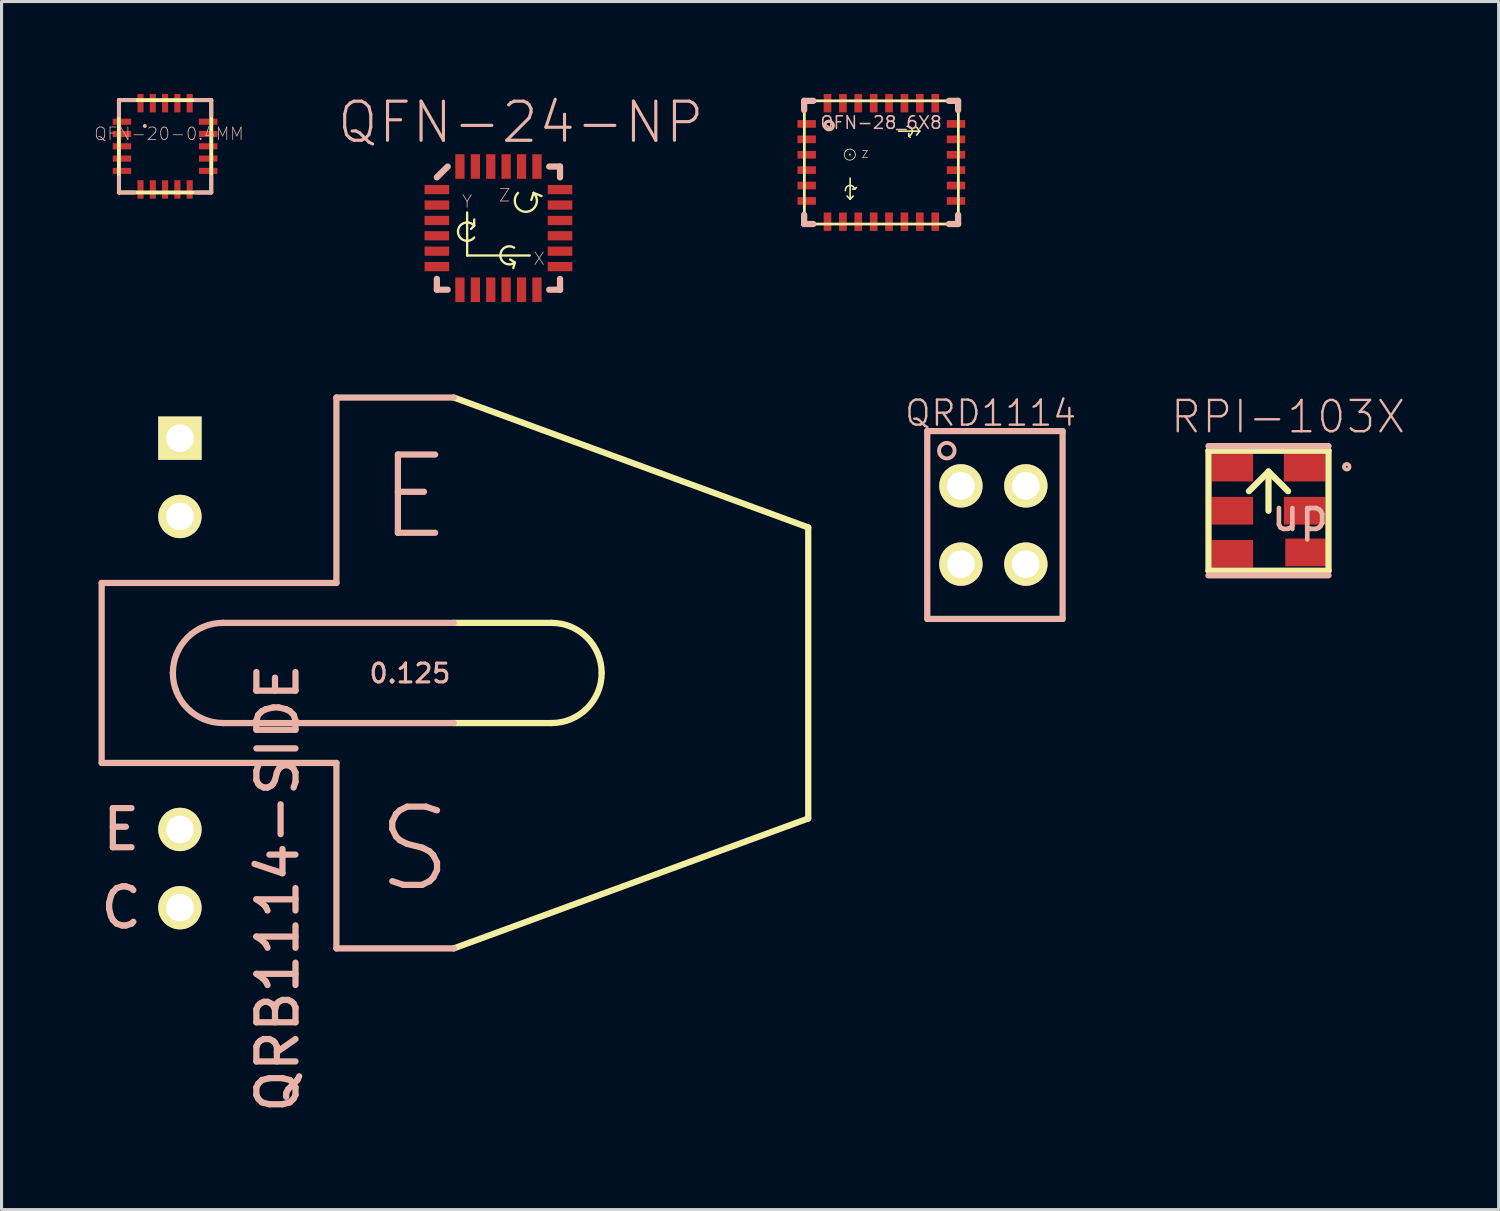
<source format=kicad_pcb>
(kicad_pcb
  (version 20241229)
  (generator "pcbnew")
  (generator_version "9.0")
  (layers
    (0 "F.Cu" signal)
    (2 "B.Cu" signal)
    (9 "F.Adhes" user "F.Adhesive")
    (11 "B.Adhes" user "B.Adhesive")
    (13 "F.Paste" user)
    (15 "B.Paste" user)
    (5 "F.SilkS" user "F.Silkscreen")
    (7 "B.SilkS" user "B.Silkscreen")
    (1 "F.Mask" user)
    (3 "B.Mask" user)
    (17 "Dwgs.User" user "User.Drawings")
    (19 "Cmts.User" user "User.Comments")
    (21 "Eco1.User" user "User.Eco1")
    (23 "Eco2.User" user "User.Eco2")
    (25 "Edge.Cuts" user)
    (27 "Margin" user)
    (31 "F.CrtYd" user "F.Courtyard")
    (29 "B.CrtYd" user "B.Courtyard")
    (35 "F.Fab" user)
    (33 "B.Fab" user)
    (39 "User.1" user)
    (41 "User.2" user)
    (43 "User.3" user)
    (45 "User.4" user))
  (footprint "QRD1114"
    (layer "F.Cu")
    (at 29.209 13.992)
    (property "Reference" "QRD1114" (at -0.102 -3.63 0) (layer "B.SilkS") (effects (font (size 0.813 0.813) (thickness 0.076))))
    (attr exclude_from_pos_files exclude_from_bom)
    (fp_line (start -2.159 -3.048) (end -2.159 3.048) (stroke (width 0.203) (type solid)) (layer "B.SilkS"))
    (fp_line (start -2.159 -3.048) (end 2.235 -3.048) (stroke (width 0.203) (type solid)) (layer "B.SilkS"))
    (fp_line (start -2.159 3.048) (end 2.235 3.048) (stroke (width 0.203) (type solid)) (layer "B.SilkS"))
    (fp_line (start 2.235 -3.048) (end 2.235 3.048) (stroke (width 0.203) (type solid)) (layer "B.SilkS"))
    (fp_circle (center -1.524 -2.413) (end -1.702 -2.591) (stroke (width 0.127) (type solid)) (fill no) (layer "B.SilkS"))
    (pad "1" thru_hole circle (at -1.067 -1.27) (size 1.407 1.407) (drill 0.899) (layers "*.Cu" "F.Mask" "F.SilkS" "F.Paste"))
    (pad "2" thru_hole circle (at -1.067 1.27) (size 1.407 1.407) (drill 0.899) (layers "*.Cu" "F.Mask" "F.SilkS" "F.Paste"))
    (pad "3" thru_hole circle (at 1.041 1.27) (size 1.407 1.407) (drill 0.899) (layers "*.Cu" "F.Mask" "F.SilkS" "F.Paste"))
    (pad "4" thru_hole circle (at 1.041 -1.27) (size 1.407 1.407) (drill 0.899) (layers "*.Cu" "F.Mask" "F.SilkS" "F.Paste")))
  (footprint "QFN-28_6X8"
    (layer "F.Cu")
    (at 25.552 2.223)
    (property "Reference" "QFN-28_6X8" (at 0 -1.293 0) (layer "B.SilkS") (effects (font (size 0.406 0.406) (thickness 0.051))))
    (attr smd)
    (fp_line (start -2.492 -1.999) (end -2.492 1.999) (stroke (width 0.089) (type solid)) (layer "F.SilkS"))
    (fp_line (start -2.492 1.999) (end 2.507 1.999) (stroke (width 0.089) (type solid)) (layer "F.SilkS"))
    (fp_line (start -1.006 0.508) (end -1.006 1.194) (stroke (width 0.051) (type solid)) (layer "F.SilkS"))
    (fp_line (start -1.006 1.194) (end -1.107 1.09) (stroke (width 0.051) (type solid)) (layer "F.SilkS"))
    (fp_line (start -1.006 1.194) (end -0.904 1.09) (stroke (width 0.051) (type solid)) (layer "F.SilkS"))
    (fp_line (start -0.853 0.864) (end -0.93 0.864) (stroke (width 0.051) (type solid)) (layer "F.SilkS"))
    (fp_line (start -0.853 0.864) (end -0.803 0.813) (stroke (width 0.051) (type solid)) (layer "F.SilkS"))
    (fp_line (start 0.897 -0.864) (end 0.897 -0.94) (stroke (width 0.051) (type solid)) (layer "F.SilkS"))
    (fp_line (start 0.897 -0.864) (end 0.947 -0.813) (stroke (width 0.051) (type solid)) (layer "F.SilkS"))
    (fp_line (start 1.151 -1.143) (end 1.252 -1.016) (stroke (width 0.051) (type solid)) (layer "F.SilkS"))
    (fp_line (start 1.252 -1.016) (end 0.566 -1.016) (stroke (width 0.051) (type solid)) (layer "F.SilkS"))
    (fp_line (start 1.252 -1.016) (end 1.151 -0.889) (stroke (width 0.051) (type solid)) (layer "F.SilkS"))
    (fp_line (start 2.507 -1.999) (end -2.492 -1.999) (stroke (width 0.089) (type solid)) (layer "F.SilkS"))
    (fp_line (start 2.507 1.999) (end 2.507 -1.999) (stroke (width 0.089) (type solid)) (layer "F.SilkS"))
    (fp_arc (start -1.15824 0.9144) (mid -1.033647 0.748545) (end -0.858045 0.858976) (stroke (width 0.0508) (type solid)) (layer "F.SilkS"))
    (fp_arc (start 0.84582 -1.1684) (mid 1.011854 -1.03908) (end 0.896881 -0.862808) (stroke (width 0.0508) (type solid)) (layer "F.SilkS"))
    (fp_circle (center -1.692 -1.199) (end -1.791 -1.298) (stroke (width 0.043) (type solid)) (fill no) (layer "F.SilkS"))
    (fp_circle (center -1.016 -0.254) (end -1.143 -0.381) (stroke (width 0.025) (type solid)) (fill no) (layer "F.SilkS"))
    (fp_circle (center -1.016 -0.254) (end -1.029 -0.267) (stroke (width 0.025) (type solid)) (fill no) (layer "F.SilkS"))
    (fp_line (start -2.499 -1.999) (end -2.499 -1.699) (stroke (width 0.203) (type solid)) (layer "B.SilkS"))
    (fp_line (start -2.499 -1.999) (end -2.2 -1.999) (stroke (width 0.203) (type solid)) (layer "B.SilkS"))
    (fp_line (start -2.499 1.999) (end -2.499 1.699) (stroke (width 0.203) (type solid)) (layer "B.SilkS"))
    (fp_line (start -2.499 1.999) (end -2.2 1.999) (stroke (width 0.203) (type solid)) (layer "B.SilkS"))
    (fp_line (start 2.499 -1.999) (end 2.2 -1.999) (stroke (width 0.203) (type solid)) (layer "B.SilkS"))
    (fp_line (start 2.499 -1.999) (end 2.499 -1.699) (stroke (width 0.203) (type solid)) (layer "B.SilkS"))
    (fp_line (start 2.499 1.999) (end 2.2 1.999) (stroke (width 0.203) (type solid)) (layer "B.SilkS"))
    (fp_line (start 2.499 1.999) (end 2.499 1.699) (stroke (width 0.203) (type solid)) (layer "B.SilkS"))
    (fp_circle (center -1.692 -1.199) (end -1.791 -1.298) (stroke (width 0.102) (type solid)) (fill no) (layer "B.SilkS"))
    (fp_text user "Z" (at -0.521 -0.267 0) (layer "B.SilkS") (effects (font (size 0.229 0.229) (thickness 0.025))))
    (pad "1" smd rect (at -2.416 -1.25 270) (size 0.249 0.599) (layers "F.Cu" "F.Mask" "F.Paste"))
    (pad "2" smd rect (at -2.416 -0.749 270) (size 0.249 0.599) (layers "F.Cu" "F.Mask" "F.Paste"))
    (pad "3" smd rect (at -2.416 -0.249 270) (size 0.249 0.599) (layers "F.Cu" "F.Mask" "F.Paste"))
    (pad "4" smd rect (at -2.416 0.249 270) (size 0.249 0.599) (layers "F.Cu" "F.Mask" "F.Paste"))
    (pad "5" smd rect (at -2.416 0.749 270) (size 0.249 0.599) (layers "F.Cu" "F.Mask" "F.Paste"))
    (pad "6" smd rect (at -2.416 1.25 270) (size 0.249 0.599) (layers "F.Cu" "F.Mask" "F.Paste"))
    (pad "7" smd rect (at -1.74 1.923) (size 0.249 0.599) (layers "F.Cu" "F.Mask" "F.Paste"))
    (pad "8" smd rect (at -1.24 1.923) (size 0.249 0.599) (layers "F.Cu" "F.Mask" "F.Paste"))
    (pad "9" smd rect (at -0.742 1.923) (size 0.249 0.599) (layers "F.Cu" "F.Mask" "F.Paste"))
    (pad "10" smd rect (at -0.241 1.923) (size 0.249 0.599) (layers "F.Cu" "F.Mask" "F.Paste"))
    (pad "11" smd rect (at 0.257 1.923) (size 0.249 0.599) (layers "F.Cu" "F.Mask" "F.Paste"))
    (pad "12" smd rect (at 0.757 1.923) (size 0.249 0.599) (layers "F.Cu" "F.Mask" "F.Paste"))
    (pad "13" smd rect (at 1.257 1.923) (size 0.249 0.599) (layers "F.Cu" "F.Mask" "F.Paste"))
    (pad "14" smd rect (at 1.758 1.923) (size 0.249 0.599) (layers "F.Cu" "F.Mask" "F.Paste"))
    (pad "15" smd rect (at 2.431 1.25 90) (size 0.249 0.599) (layers "F.Cu" "F.Mask" "F.Paste"))
    (pad "16" smd rect (at 2.431 0.749 90) (size 0.249 0.599) (layers "F.Cu" "F.Mask" "F.Paste"))
    (pad "17" smd rect (at 2.431 0.249 90) (size 0.249 0.599) (layers "F.Cu" "F.Mask" "F.Paste"))
    (pad "18" smd rect (at 2.431 -0.249 90) (size 0.249 0.599) (layers "F.Cu" "F.Mask" "F.Paste"))
    (pad "19" smd rect (at 2.431 -0.749 90) (size 0.249 0.599) (layers "F.Cu" "F.Mask" "F.Paste"))
    (pad "20" smd rect (at 2.431 -1.25 90) (size 0.249 0.599) (layers "F.Cu" "F.Mask" "F.Paste"))
    (pad "21" smd rect (at 1.758 -1.923 180) (size 0.249 0.599) (layers "F.Cu" "F.Mask" "F.Paste"))
    (pad "22" smd rect (at 1.257 -1.923 180) (size 0.249 0.599) (layers "F.Cu" "F.Mask" "F.Paste"))
    (pad "23" smd rect (at 0.757 -1.923 180) (size 0.249 0.599) (layers "F.Cu" "F.Mask" "F.Paste"))
    (pad "24" smd rect (at 0.257 -1.923 180) (size 0.249 0.599) (layers "F.Cu" "F.Mask" "F.Paste"))
    (pad "25" smd rect (at -0.241 -1.923 180) (size 0.249 0.599) (layers "F.Cu" "F.Mask" "F.Paste"))
    (pad "26" smd rect (at -0.742 -1.923 180) (size 0.249 0.599) (layers "F.Cu" "F.Mask" "F.Paste"))
    (pad "27" smd rect (at -1.24 -1.923 180) (size 0.249 0.599) (layers "F.Cu" "F.Mask" "F.Paste"))
    (pad "28" smd rect (at -1.74 -1.923 180) (size 0.249 0.599) (layers "F.Cu" "F.Mask" "F.Paste")))
  (footprint "QRB1114-SIDE"
    (layer "F.Cu")
    (at 0.25 18.795)
    (property "Reference" "QRB1114-SIDE" (at 5.715 6.985 270) (layer "B.SilkS") (effects (font (size 1.27 1.27) (thickness 0.203))))
    (attr exclude_from_pos_files exclude_from_bom)
    (fp_line (start 11.43 -8.941) (end 22.936 -4.724) (stroke (width 0.203) (type solid)) (layer "F.SilkS"))
    (fp_line (start 11.43 -1.626) (end 14.605 -1.626) (stroke (width 0.203) (type solid)) (layer "F.SilkS"))
    (fp_line (start 11.43 1.626) (end 14.605 1.626) (stroke (width 0.203) (type solid)) (layer "F.SilkS"))
    (fp_line (start 22.936 -4.724) (end 22.936 4.724) (stroke (width 0.203) (type solid)) (layer "F.SilkS"))
    (fp_line (start 22.936 4.724) (end 11.43 8.941) (stroke (width 0.203) (type solid)) (layer "F.SilkS"))
    (fp_arc (start 14.605 -1.6256) (mid 15.754473 -1.149473) (end 16.2306 0) (stroke (width 0.2032) (type solid)) (layer "F.SilkS"))
    (fp_arc (start 16.2306 0) (mid 15.754473 1.149473) (end 14.605 1.6256) (stroke (width 0.2032) (type solid)) (layer "F.SilkS"))
    (fp_line (start 0 -2.921) (end 7.62 -2.921) (stroke (width 0.203) (type solid)) (layer "B.SilkS"))
    (fp_line (start 0 2.921) (end 0 -2.921) (stroke (width 0.203) (type solid)) (layer "B.SilkS"))
    (fp_line (start 3.937 -1.626) (end 11.43 -1.626) (stroke (width 0.203) (type solid)) (layer "B.SilkS"))
    (fp_line (start 3.937 1.626) (end 11.43 1.626) (stroke (width 0.203) (type solid)) (layer "B.SilkS"))
    (fp_line (start 7.62 -8.941) (end 11.43 -8.941) (stroke (width 0.203) (type solid)) (layer "B.SilkS"))
    (fp_line (start 7.62 -2.921) (end 7.62 -8.941) (stroke (width 0.203) (type solid)) (layer "B.SilkS"))
    (fp_line (start 7.62 2.921) (end 0 2.921) (stroke (width 0.203) (type solid)) (layer "B.SilkS"))
    (fp_line (start 7.62 8.941) (end 7.62 2.921) (stroke (width 0.203) (type solid)) (layer "B.SilkS"))
    (fp_line (start 11.43 8.941) (end 7.62 8.941) (stroke (width 0.203) (type solid)) (layer "B.SilkS"))
    (fp_arc (start 2.3114 0) (mid 2.787527 -1.149473) (end 3.937 -1.6256) (stroke (width 0.2032) (type solid)) (layer "B.SilkS"))
    (fp_arc (start 3.937 1.6256) (mid 2.787527 1.149473) (end 2.3114 0) (stroke (width 0.2032) (type solid)) (layer "B.SilkS"))
    (fp_text user "E" (at 0.635 5.08 0) (layer "B.SilkS") (effects (font (size 1.27 1.27) (thickness 0.203))))
    (fp_text user "S" (at 10.16 5.715 0) (layer "B.SilkS") (effects (font (size 2.54 2.54) (thickness 0.203))))
    (fp_text user "E" (at 10.16 -5.715 0) (layer "B.SilkS") (effects (font (size 2.54 2.54) (thickness 0.203))))
    (fp_text user "C" (at 0.635 7.62 0) (layer "B.SilkS") (effects (font (size 1.27 1.27) (thickness 0.203))))
    (fp_text user "0.125" (at 10.008 0.013 0) (layer "B.SilkS") (effects (font (size 0.61 0.61) (thickness 0.102))))
    (pad "A" thru_hole rect (at 2.54 -7.62) (size 1.407 1.407) (drill 0.899) (layers "*.Cu" "F.Mask" "F.SilkS" "F.Paste"))
    (pad "C" thru_hole circle (at 2.54 7.62) (size 1.407 1.407) (drill 0.899) (layers "*.Cu" "F.Mask" "F.SilkS" "F.Paste"))
    (pad "E" thru_hole circle (at 2.54 5.08) (size 1.407 1.407) (drill 0.899) (layers "*.Cu" "F.Mask" "F.SilkS" "F.Paste"))
    (pad "K" thru_hole circle (at 2.54 -5.08) (size 1.407 1.407) (drill 0.899) (layers "*.Cu" "F.Mask" "F.SilkS" "F.Paste")))
  (footprint "QFN-24-NP"
    (layer "F.Cu")
    (at 13.13 4.355)
    (property "Reference" "QFN-24-NP" (at 0.724 -3.434 0) (layer "B.SilkS") (effects (font (size 1.27 1.27) (thickness 0.102))))
    (attr smd)
    (fp_line (start -1.016 -0.508) (end -1.016 0.889) (stroke (width 0.076) (type solid)) (layer "F.SilkS"))
    (fp_line (start -1.016 0.889) (end 1.016 0.889) (stroke (width 0.076) (type solid)) (layer "F.SilkS"))
    (fp_line (start -0.787 -0.279) (end -0.787 -0.076) (stroke (width 0.076) (type solid)) (layer "F.SilkS"))
    (fp_line (start -0.787 -0.076) (end -0.889 0.025) (stroke (width 0.076) (type solid)) (layer "F.SilkS"))
    (fp_line (start 0.381 1.016) (end 0.533 1.118) (stroke (width 0.076) (type solid)) (layer "F.SilkS"))
    (fp_line (start 0.533 1.118) (end 0.483 1.293) (stroke (width 0.076) (type solid)) (layer "F.SilkS"))
    (fp_line (start 1.143 -1.143) (end 1.067 -0.914) (stroke (width 0.076) (type solid)) (layer "F.SilkS"))
    (fp_line (start 1.143 -1.143) (end 1.397 -1.041) (stroke (width 0.076) (type solid)) (layer "F.SilkS"))
    (fp_arc (start -0.7874 0.3048) (mid -1.31357 0.114531) (end -0.787696 -0.076554) (stroke (width 0.0762) (type solid)) (layer "F.SilkS"))
    (fp_arc (start 0.5334 1.1176) (mid 0.062349 0.898859) (end 0.508732 0.633381) (stroke (width 0.0762) (type solid)) (layer "F.SilkS"))
    (fp_arc (start 1.143 -1.143) (mid 0.889 -0.52979) (end 0.635 -1.143) (stroke (width 0.0762) (type solid)) (layer "F.SilkS"))
    (fp_line (start -1.999 1.999) (end -1.999 1.648) (stroke (width 0.203) (type solid)) (layer "B.SilkS"))
    (fp_line (start -1.648 -1.999) (end -1.999 -1.648) (stroke (width 0.203) (type solid)) (layer "B.SilkS"))
    (fp_line (start -1.648 1.999) (end -1.999 1.999) (stroke (width 0.203) (type solid)) (layer "B.SilkS"))
    (fp_line (start 1.648 1.999) (end 1.999 1.999) (stroke (width 0.203) (type solid)) (layer "B.SilkS"))
    (fp_line (start 1.999 -1.999) (end 1.648 -1.999) (stroke (width 0.203) (type solid)) (layer "B.SilkS"))
    (fp_line (start 1.999 -1.648) (end 1.999 -1.999) (stroke (width 0.203) (type solid)) (layer "B.SilkS"))
    (fp_line (start 1.999 1.648) (end 1.999 1.999) (stroke (width 0.203) (type solid)) (layer "B.SilkS"))
    (fp_text user "Y" (at -1.016 -0.864 0) (layer "B.SilkS") (effects (font (size 0.406 0.406) (thickness 0.025))))
    (fp_text user "Z" (at 0.203 -1.067 0) (layer "B.SilkS") (effects (font (size 0.406 0.406) (thickness 0.025))))
    (fp_text user "X" (at 1.321 0.991 0) (layer "B.SilkS") (effects (font (size 0.406 0.406) (thickness 0.025))))
    (pad "1" smd rect (at -1.999 -1.25 180) (size 0.798 0.3) (layers "F.Cu" "F.Mask" "F.Paste"))
    (pad "2" smd rect (at -1.999 -0.749 180) (size 0.798 0.3) (layers "F.Cu" "F.Mask" "F.Paste"))
    (pad "3" smd rect (at -1.999 -0.249 180) (size 0.798 0.3) (layers "F.Cu" "F.Mask" "F.Paste"))
    (pad "4" smd rect (at -1.999 0.249 180) (size 0.798 0.3) (layers "F.Cu" "F.Mask" "F.Paste"))
    (pad "5" smd rect (at -1.999 0.749 180) (size 0.798 0.3) (layers "F.Cu" "F.Mask" "F.Paste"))
    (pad "6" smd rect (at -1.999 1.25 180) (size 0.798 0.3) (layers "F.Cu" "F.Mask" "F.Paste"))
    (pad "7" smd rect (at -1.25 1.999 90) (size 0.798 0.3) (layers "F.Cu" "F.Mask" "F.Paste"))
    (pad "8" smd rect (at -0.749 1.999 90) (size 0.798 0.3) (layers "F.Cu" "F.Mask" "F.Paste"))
    (pad "9" smd rect (at -0.249 1.999 90) (size 0.798 0.3) (layers "F.Cu" "F.Mask" "F.Paste"))
    (pad "10" smd rect (at 0.249 1.999 90) (size 0.798 0.3) (layers "F.Cu" "F.Mask" "F.Paste"))
    (pad "11" smd rect (at 0.749 1.999 90) (size 0.798 0.3) (layers "F.Cu" "F.Mask" "F.Paste"))
    (pad "12" smd rect (at 1.25 1.999 90) (size 0.798 0.3) (layers "F.Cu" "F.Mask" "F.Paste"))
    (pad "13" smd rect (at 1.999 1.25) (size 0.798 0.3) (layers "F.Cu" "F.Mask" "F.Paste"))
    (pad "14" smd rect (at 1.999 0.749) (size 0.798 0.3) (layers "F.Cu" "F.Mask" "F.Paste"))
    (pad "15" smd rect (at 1.999 0.249) (size 0.798 0.3) (layers "F.Cu" "F.Mask" "F.Paste"))
    (pad "16" smd rect (at 1.999 -0.249) (size 0.798 0.3) (layers "F.Cu" "F.Mask" "F.Paste"))
    (pad "17" smd rect (at 1.999 -0.749) (size 0.798 0.3) (layers "F.Cu" "F.Mask" "F.Paste"))
    (pad "18" smd rect (at 1.999 -1.25) (size 0.798 0.3) (layers "F.Cu" "F.Mask" "F.Paste"))
    (pad "19" smd rect (at 1.25 -1.999 270) (size 0.798 0.3) (layers "F.Cu" "F.Mask" "F.Paste"))
    (pad "20" smd rect (at 0.749 -1.999 270) (size 0.798 0.3) (layers "F.Cu" "F.Mask" "F.Paste"))
    (pad "21" smd rect (at 0.249 -1.999 270) (size 0.798 0.3) (layers "F.Cu" "F.Mask" "F.Paste"))
    (pad "22" smd rect (at -0.249 -1.999 270) (size 0.798 0.3) (layers "F.Cu" "F.Mask" "F.Paste"))
    (pad "23" smd rect (at -0.749 -1.999 270) (size 0.798 0.3) (layers "F.Cu" "F.Mask" "F.Paste"))
    (pad "24" smd rect (at -1.25 -1.999 270) (size 0.798 0.3) (layers "F.Cu" "F.Mask" "F.Paste")))
  (footprint "QFN-20-0.4MM"
    (layer "F.Cu")
    (at 2.309 1.699)
    (property "Reference" "QFN-20-0.4MM" (at 0.127 -0.406 0) (layer "B.SilkS") (effects (font (size 0.406 0.406) (thickness 0.025))))
    (attr smd)
    (fp_line (start -1.499 1.499) (end -1.499 -1.499) (stroke (width 0.127) (type solid)) (layer "F.SilkS"))
    (fp_line (start -1.499 1.499) (end 1.499 1.499) (stroke (width 0.127) (type solid)) (layer "F.SilkS"))
    (fp_line (start 1.499 -1.499) (end -1.499 -1.499) (stroke (width 0.127) (type solid)) (layer "F.SilkS"))
    (fp_line (start 1.499 -1.499) (end 1.499 1.499) (stroke (width 0.127) (type solid)) (layer "F.SilkS"))
    (fp_line (start -1.499 -1.499) (end -0.998 -1.499) (stroke (width 0.127) (type solid)) (layer "B.SilkS"))
    (fp_line (start -1.499 -0.998) (end -1.499 -1.499) (stroke (width 0.127) (type solid)) (layer "B.SilkS"))
    (fp_line (start -1.499 0.998) (end -1.499 1.499) (stroke (width 0.127) (type solid)) (layer "B.SilkS"))
    (fp_line (start -1.499 1.499) (end -0.998 1.499) (stroke (width 0.127) (type solid)) (layer "B.SilkS"))
    (fp_line (start 1.499 -1.499) (end 0.998 -1.499) (stroke (width 0.127) (type solid)) (layer "B.SilkS"))
    (fp_line (start 1.499 -0.998) (end 1.499 -1.499) (stroke (width 0.127) (type solid)) (layer "B.SilkS"))
    (fp_line (start 1.499 0.998) (end 1.499 1.499) (stroke (width 0.127) (type solid)) (layer "B.SilkS"))
    (fp_line (start 1.499 1.499) (end 0.998 1.499) (stroke (width 0.127) (type solid)) (layer "B.SilkS"))
    (fp_circle (center -0.658 -0.658) (end -0.681 -0.681) (stroke (width 0.064) (type solid)) (fill no) (layer "B.SilkS"))
    (pad "1" smd rect (at -1.4 -0.798 90) (size 0.198 0.599) (layers "F.Cu" "F.Mask" "F.Paste"))
    (pad "2" smd rect (at -1.4 -0.399 90) (size 0.198 0.599) (layers "F.Cu" "F.Mask" "F.Paste"))
    (pad "3" smd rect (at -1.4 0 90) (size 0.198 0.599) (layers "F.Cu" "F.Mask" "F.Paste"))
    (pad "4" smd rect (at -1.4 0.399 90) (size 0.198 0.599) (layers "F.Cu" "F.Mask" "F.Paste"))
    (pad "5" smd rect (at -1.4 0.798 90) (size 0.198 0.599) (layers "F.Cu" "F.Mask" "F.Paste"))
    (pad "6" smd rect (at -0.798 1.4 180) (size 0.198 0.599) (layers "F.Cu" "F.Mask" "F.Paste"))
    (pad "7" smd rect (at -0.399 1.4 180) (size 0.198 0.599) (layers "F.Cu" "F.Mask" "F.Paste"))
    (pad "8" smd rect (at 0 1.4 180) (size 0.198 0.599) (layers "F.Cu" "F.Mask" "F.Paste"))
    (pad "9" smd rect (at 0.399 1.4 180) (size 0.198 0.599) (layers "F.Cu" "F.Mask" "F.Paste"))
    (pad "10" smd rect (at 0.798 1.4 180) (size 0.198 0.599) (layers "F.Cu" "F.Mask" "F.Paste"))
    (pad "11" smd rect (at 1.4 0.798 270) (size 0.198 0.599) (layers "F.Cu" "F.Mask" "F.Paste"))
    (pad "12" smd rect (at 1.4 0.399 270) (size 0.198 0.599) (layers "F.Cu" "F.Mask" "F.Paste"))
    (pad "13" smd rect (at 1.4 0 270) (size 0.198 0.599) (layers "F.Cu" "F.Mask" "F.Paste"))
    (pad "14" smd rect (at 1.4 -0.399 270) (size 0.198 0.599) (layers "F.Cu" "F.Mask" "F.Paste"))
    (pad "15" smd rect (at 1.4 -0.798 270) (size 0.198 0.599) (layers "F.Cu" "F.Mask" "F.Paste"))
    (pad "16" smd rect (at 0.798 -1.4) (size 0.198 0.599) (layers "F.Cu" "F.Mask" "F.Paste"))
    (pad "17" smd rect (at 0.399 -1.4) (size 0.198 0.599) (layers "F.Cu" "F.Mask" "F.Paste"))
    (pad "18" smd rect (at 0 -1.4) (size 0.198 0.599) (layers "F.Cu" "F.Mask" "F.Paste"))
    (pad "19" smd rect (at -0.399 -1.4) (size 0.198 0.599) (layers "F.Cu" "F.Mask" "F.Paste"))
    (pad "20" smd rect (at -0.798 -1.4) (size 0.198 0.599) (layers "F.Cu" "F.Mask" "F.Paste")))
  (footprint "RPI-103X"
    (layer "F.Cu")
    (at 38.127 13.529)
    (property "Reference" "RPI-103X" (at 0.635 -3.048 0) (layer "B.SilkS") (effects (font (size 1.016 1.016) (thickness 0.076))))
    (attr smd)
    (fp_line (start -1.948 -1.948) (end -1.948 1.948) (stroke (width 0.203) (type solid)) (layer "F.SilkS"))
    (fp_line (start -1.948 -1.948) (end 1.948 -1.948) (stroke (width 0.203) (type solid)) (layer "F.SilkS"))
    (fp_line (start -1.948 1.948) (end 1.948 1.948) (stroke (width 0.203) (type solid)) (layer "F.SilkS"))
    (fp_line (start 0 -1.27) (end -0.635 -0.635) (stroke (width 0.203) (type solid)) (layer "F.SilkS"))
    (fp_line (start 0 -1.27) (end 0.635 -0.635) (stroke (width 0.203) (type solid)) (layer "F.SilkS"))
    (fp_line (start 0 0) (end 0 -1.27) (stroke (width 0.203) (type solid)) (layer "F.SilkS"))
    (fp_line (start 1.948 -1.948) (end 1.948 1.948) (stroke (width 0.203) (type solid)) (layer "F.SilkS"))
    (fp_line (start 1.948 -2.098) (end -1.948 -2.098) (stroke (width 0.203) (type solid)) (layer "B.SilkS"))
    (fp_line (start 1.948 2.098) (end -1.948 2.098) (stroke (width 0.203) (type solid)) (layer "B.SilkS"))
    (fp_circle (center 2.54 -1.427) (end 2.603 -1.491) (stroke (width 0.127) (type solid)) (fill no) (layer "B.SilkS"))
    (fp_text user "up" (at 1.016 0.127 0) (layer "B.SilkS") (effects (font (size 1.016 1.016) (thickness 0.152))))
    (pad "1" smd rect (at 1.173 -1.4) (size 1.349 0.899) (layers "F.Cu" "F.Mask" "F.Paste"))
    (pad "2" smd rect (at 1.173 0) (size 1.349 0.899) (layers "F.Cu" "F.Mask" "F.Paste"))
    (pad "3" smd rect (at 1.219 1.354) (size 1.349 0.899) (layers "F.Cu" "F.Mask" "F.Paste"))
    (pad "4" smd rect (at -1.173 -1.4) (size 1.349 0.899) (layers "F.Cu" "F.Mask" "F.Paste"))
    (pad "5" smd rect (at -1.173 0) (size 1.349 0.899) (layers "F.Cu" "F.Mask" "F.Paste"))
    (pad "6" smd rect (at -1.173 1.4) (size 1.349 0.899) (layers "F.Cu" "F.Mask" "F.Paste")))
  (gr_rect
    (start -3 -3)
    (end 45.597 36.215)
    (stroke (width 0.1) (type default))
    (fill no)
    (layer "Edge.Cuts")))
</source>
